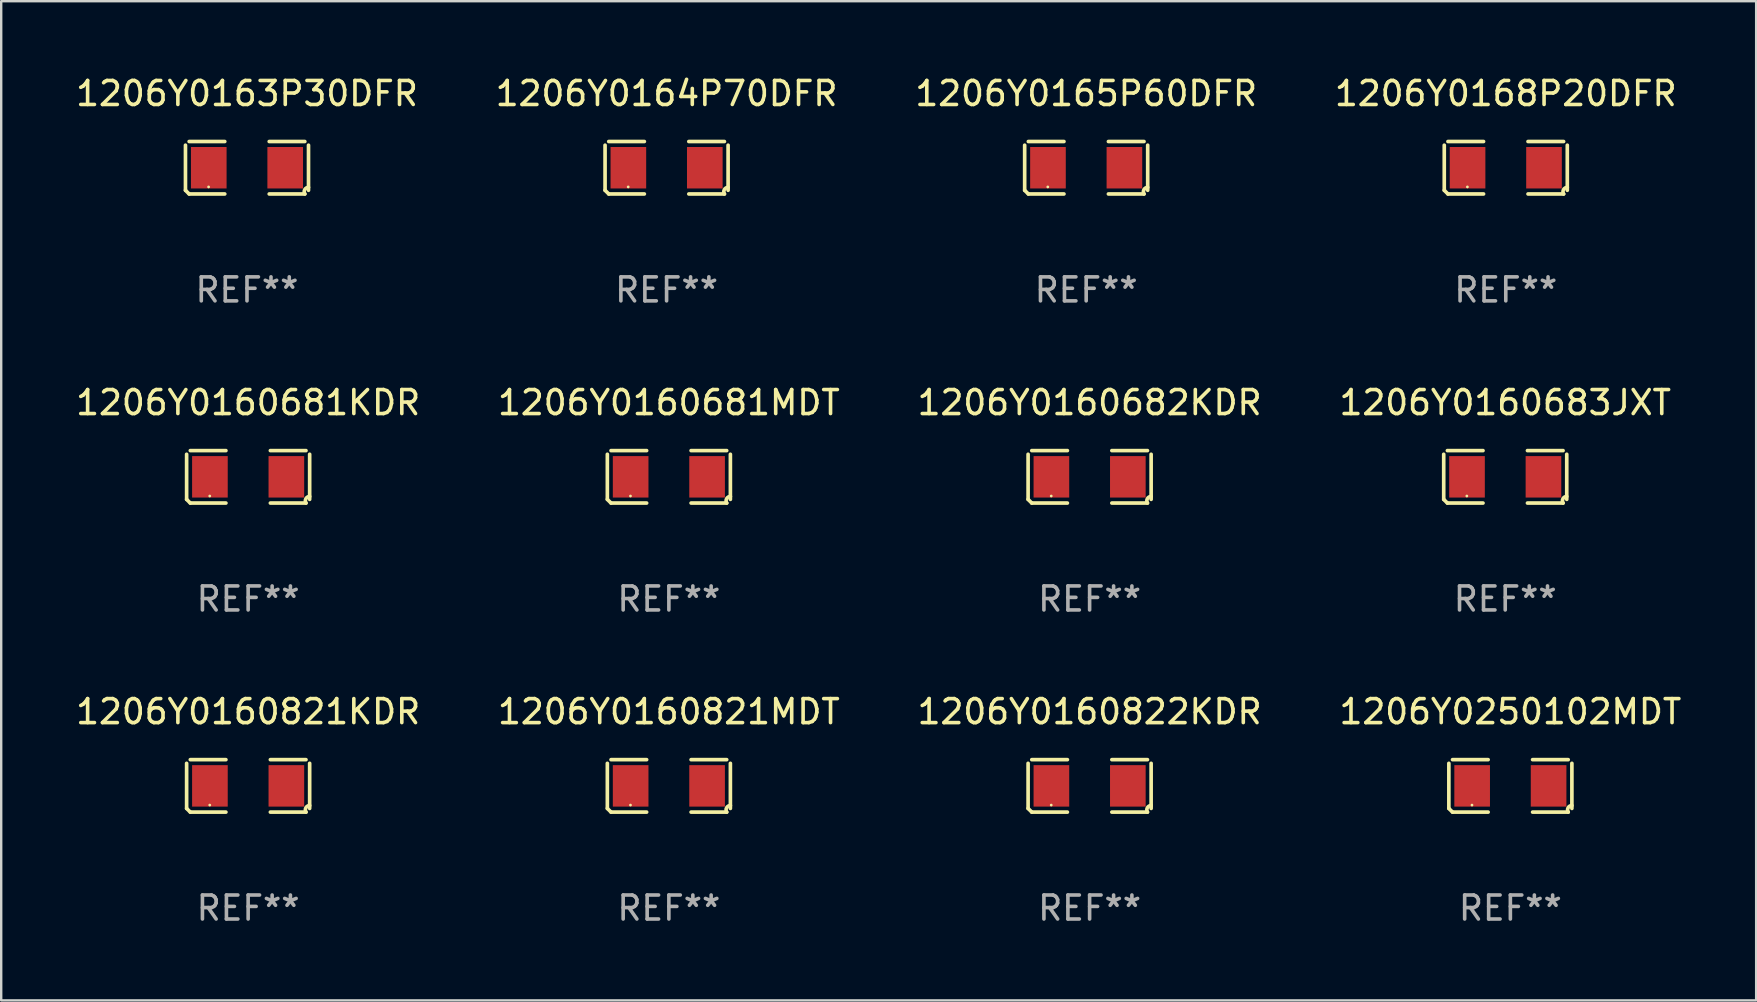
<source format=kicad_pcb>
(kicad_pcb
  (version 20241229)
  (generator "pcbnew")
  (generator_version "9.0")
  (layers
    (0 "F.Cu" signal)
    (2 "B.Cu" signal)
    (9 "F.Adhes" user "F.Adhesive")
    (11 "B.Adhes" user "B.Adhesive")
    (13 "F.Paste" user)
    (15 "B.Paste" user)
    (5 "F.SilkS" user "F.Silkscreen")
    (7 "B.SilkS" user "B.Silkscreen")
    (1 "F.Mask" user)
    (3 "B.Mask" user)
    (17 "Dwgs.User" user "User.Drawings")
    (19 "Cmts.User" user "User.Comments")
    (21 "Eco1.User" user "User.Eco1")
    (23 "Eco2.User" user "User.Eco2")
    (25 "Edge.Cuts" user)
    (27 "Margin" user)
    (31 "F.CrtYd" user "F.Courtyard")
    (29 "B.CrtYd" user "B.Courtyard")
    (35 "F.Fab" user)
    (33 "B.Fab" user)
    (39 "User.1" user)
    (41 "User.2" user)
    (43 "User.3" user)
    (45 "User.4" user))
  (footprint "1206Y0168P20DFR"
    (layer "F.Cu")
    (at 59.708 3.941)
    (property "Reference" "1206Y0168P20DFR" (at 0 -3.093 0) (layer "F.SilkS") (effects (font (size 1 1) (thickness 0.15))))
    (attr through_hole)
    (fp_line (start -2.564 0.94) (end -2.564 -0.94) (stroke (width 0.152) (type solid)) (layer "F.SilkS"))
    (fp_line (start -2.411 -1.093) (end -0.926 -1.093) (stroke (width 0.152) (type solid)) (layer "F.SilkS"))
    (fp_line (start -0.926 1.093) (end -2.411 1.093) (stroke (width 0.152) (type solid)) (layer "F.SilkS"))
    (fp_line (start 0.926 1.093) (end 2.411 1.093) (stroke (width 0.152) (type solid)) (layer "F.SilkS"))
    (fp_line (start 2.411 -1.093) (end 0.926 -1.093) (stroke (width 0.152) (type solid)) (layer "F.SilkS"))
    (fp_line (start 2.564 0.94) (end 2.564 -0.94) (stroke (width 0.152) (type solid)) (layer "F.SilkS"))
    (fp_arc (start -2.411201 1.092609) (mid -2.487413 1.01642) (end -2.563602 0.940208) (stroke (width 0.1524) (type solid)) (layer "F.SilkS"))
    (fp_arc (start 2.411201 1.092609) (mid 2.407159 0.911226) (end 2.563602 0.819347) (stroke (width 0.1524) (type solid)) (layer "F.SilkS"))
    (fp_circle (center -1.6 0.8) (end -1.57 0.8) (stroke (width 0.06) (type solid)) (fill no) (layer "F.SilkS"))
    (fp_text user "REF**" (at 0 5.093 0) (layer "F.Fab") (effects (font (size 1 1) (thickness 0.15))))
    (pad "1" smd rect (at -1.593 0) (size 1.485 1.728) (layers "F.Cu" "F.Mask" "F.Paste"))
    (pad "2" smd rect (at 1.593 0) (size 1.485 1.728) (layers "F.Cu" "F.Mask" "F.Paste")))
  (footprint "1206Y0250102MDT"
    (layer "F.Cu")
    (at 59.899 29.704)
    (property "Reference" "1206Y0250102MDT" (at 0 -3.093 0) (layer "F.SilkS") (effects (font (size 1 1) (thickness 0.15))))
    (attr through_hole)
    (fp_line (start -2.564 0.94) (end -2.564 -0.94) (stroke (width 0.152) (type solid)) (layer "F.SilkS"))
    (fp_line (start -2.411 -1.093) (end -0.926 -1.093) (stroke (width 0.152) (type solid)) (layer "F.SilkS"))
    (fp_line (start -0.926 1.093) (end -2.411 1.093) (stroke (width 0.152) (type solid)) (layer "F.SilkS"))
    (fp_line (start 0.926 1.093) (end 2.411 1.093) (stroke (width 0.152) (type solid)) (layer "F.SilkS"))
    (fp_line (start 2.411 -1.093) (end 0.926 -1.093) (stroke (width 0.152) (type solid)) (layer "F.SilkS"))
    (fp_line (start 2.564 0.94) (end 2.564 -0.94) (stroke (width 0.152) (type solid)) (layer "F.SilkS"))
    (fp_arc (start -2.411201 1.092609) (mid -2.487413 1.01642) (end -2.563602 0.940208) (stroke (width 0.1524) (type solid)) (layer "F.SilkS"))
    (fp_arc (start 2.411201 1.092609) (mid 2.407159 0.911226) (end 2.563602 0.819347) (stroke (width 0.1524) (type solid)) (layer "F.SilkS"))
    (fp_circle (center -1.6 0.8) (end -1.57 0.8) (stroke (width 0.06) (type solid)) (fill no) (layer "F.SilkS"))
    (fp_text user "REF**" (at 0 5.093 0) (layer "F.Fab") (effects (font (size 1 1) (thickness 0.15))))
    (pad "1" smd rect (at -1.593 0) (size 1.485 1.728) (layers "F.Cu" "F.Mask" "F.Paste"))
    (pad "2" smd rect (at 1.593 0) (size 1.485 1.728) (layers "F.Cu" "F.Mask" "F.Paste")))
  (footprint "1206Y0160821KDR"
    (layer "F.Cu")
    (at 7.292 29.704)
    (property "Reference" "1206Y0160821KDR" (at 0 -3.093 0) (layer "F.SilkS") (effects (font (size 1 1) (thickness 0.15))))
    (attr through_hole)
    (fp_line (start -2.564 0.94) (end -2.564 -0.94) (stroke (width 0.152) (type solid)) (layer "F.SilkS"))
    (fp_line (start -2.411 -1.093) (end -0.926 -1.093) (stroke (width 0.152) (type solid)) (layer "F.SilkS"))
    (fp_line (start -0.926 1.093) (end -2.411 1.093) (stroke (width 0.152) (type solid)) (layer "F.SilkS"))
    (fp_line (start 0.926 1.093) (end 2.411 1.093) (stroke (width 0.152) (type solid)) (layer "F.SilkS"))
    (fp_line (start 2.411 -1.093) (end 0.926 -1.093) (stroke (width 0.152) (type solid)) (layer "F.SilkS"))
    (fp_line (start 2.564 0.94) (end 2.564 -0.94) (stroke (width 0.152) (type solid)) (layer "F.SilkS"))
    (fp_arc (start -2.411201 1.092609) (mid -2.487413 1.01642) (end -2.563602 0.940208) (stroke (width 0.1524) (type solid)) (layer "F.SilkS"))
    (fp_arc (start 2.411201 1.092609) (mid 2.407159 0.911226) (end 2.563602 0.819347) (stroke (width 0.1524) (type solid)) (layer "F.SilkS"))
    (fp_circle (center -1.6 0.8) (end -1.57 0.8) (stroke (width 0.06) (type solid)) (fill no) (layer "F.SilkS"))
    (fp_text user "REF**" (at 0 5.093 0) (layer "F.Fab") (effects (font (size 1 1) (thickness 0.15))))
    (pad "1" smd rect (at -1.593 0) (size 1.485 1.728) (layers "F.Cu" "F.Mask" "F.Paste"))
    (pad "2" smd rect (at 1.593 0) (size 1.485 1.728) (layers "F.Cu" "F.Mask" "F.Paste")))
  (footprint "1206Y0160822KDR"
    (layer "F.Cu")
    (at 42.363 29.704)
    (property "Reference" "1206Y0160822KDR" (at 0 -3.093 0) (layer "F.SilkS") (effects (font (size 1 1) (thickness 0.15))))
    (attr through_hole)
    (fp_line (start -2.564 0.94) (end -2.564 -0.94) (stroke (width 0.152) (type solid)) (layer "F.SilkS"))
    (fp_line (start -2.411 -1.093) (end -0.926 -1.093) (stroke (width 0.152) (type solid)) (layer "F.SilkS"))
    (fp_line (start -0.926 1.093) (end -2.411 1.093) (stroke (width 0.152) (type solid)) (layer "F.SilkS"))
    (fp_line (start 0.926 1.093) (end 2.411 1.093) (stroke (width 0.152) (type solid)) (layer "F.SilkS"))
    (fp_line (start 2.411 -1.093) (end 0.926 -1.093) (stroke (width 0.152) (type solid)) (layer "F.SilkS"))
    (fp_line (start 2.564 0.94) (end 2.564 -0.94) (stroke (width 0.152) (type solid)) (layer "F.SilkS"))
    (fp_arc (start -2.411201 1.092609) (mid -2.487413 1.01642) (end -2.563602 0.940208) (stroke (width 0.1524) (type solid)) (layer "F.SilkS"))
    (fp_arc (start 2.411201 1.092609) (mid 2.407159 0.911226) (end 2.563602 0.819347) (stroke (width 0.1524) (type solid)) (layer "F.SilkS"))
    (fp_circle (center -1.6 0.8) (end -1.57 0.8) (stroke (width 0.06) (type solid)) (fill no) (layer "F.SilkS"))
    (fp_text user "REF**" (at 0 5.093 0) (layer "F.Fab") (effects (font (size 1 1) (thickness 0.15))))
    (pad "1" smd rect (at -1.593 0) (size 1.485 1.728) (layers "F.Cu" "F.Mask" "F.Paste"))
    (pad "2" smd rect (at 1.593 0) (size 1.485 1.728) (layers "F.Cu" "F.Mask" "F.Paste")))
  (footprint "1206Y0165P60DFR"
    (layer "F.Cu")
    (at 42.22 3.941)
    (property "Reference" "1206Y0165P60DFR" (at 0 -3.093 0) (layer "F.SilkS") (effects (font (size 1 1) (thickness 0.15))))
    (attr through_hole)
    (fp_line (start -2.564 0.94) (end -2.564 -0.94) (stroke (width 0.152) (type solid)) (layer "F.SilkS"))
    (fp_line (start -2.411 -1.093) (end -0.926 -1.093) (stroke (width 0.152) (type solid)) (layer "F.SilkS"))
    (fp_line (start -0.926 1.093) (end -2.411 1.093) (stroke (width 0.152) (type solid)) (layer "F.SilkS"))
    (fp_line (start 0.926 1.093) (end 2.411 1.093) (stroke (width 0.152) (type solid)) (layer "F.SilkS"))
    (fp_line (start 2.411 -1.093) (end 0.926 -1.093) (stroke (width 0.152) (type solid)) (layer "F.SilkS"))
    (fp_line (start 2.564 0.94) (end 2.564 -0.94) (stroke (width 0.152) (type solid)) (layer "F.SilkS"))
    (fp_arc (start -2.411201 1.092609) (mid -2.487413 1.01642) (end -2.563602 0.940208) (stroke (width 0.1524) (type solid)) (layer "F.SilkS"))
    (fp_arc (start 2.411201 1.092609) (mid 2.407159 0.911226) (end 2.563602 0.819347) (stroke (width 0.1524) (type solid)) (layer "F.SilkS"))
    (fp_circle (center -1.6 0.8) (end -1.57 0.8) (stroke (width 0.06) (type solid)) (fill no) (layer "F.SilkS"))
    (fp_text user "REF**" (at 0 5.093 0) (layer "F.Fab") (effects (font (size 1 1) (thickness 0.15))))
    (pad "1" smd rect (at -1.593 0) (size 1.485 1.728) (layers "F.Cu" "F.Mask" "F.Paste"))
    (pad "2" smd rect (at 1.593 0) (size 1.485 1.728) (layers "F.Cu" "F.Mask" "F.Paste")))
  (footprint "1206Y0160681MDT"
    (layer "F.Cu")
    (at 24.827 16.823)
    (property "Reference" "1206Y0160681MDT" (at 0 -3.093 0) (layer "F.SilkS") (effects (font (size 1 1) (thickness 0.15))))
    (attr through_hole)
    (fp_line (start -2.564 0.94) (end -2.564 -0.94) (stroke (width 0.152) (type solid)) (layer "F.SilkS"))
    (fp_line (start -2.411 -1.093) (end -0.926 -1.093) (stroke (width 0.152) (type solid)) (layer "F.SilkS"))
    (fp_line (start -0.926 1.093) (end -2.411 1.093) (stroke (width 0.152) (type solid)) (layer "F.SilkS"))
    (fp_line (start 0.926 1.093) (end 2.411 1.093) (stroke (width 0.152) (type solid)) (layer "F.SilkS"))
    (fp_line (start 2.411 -1.093) (end 0.926 -1.093) (stroke (width 0.152) (type solid)) (layer "F.SilkS"))
    (fp_line (start 2.564 0.94) (end 2.564 -0.94) (stroke (width 0.152) (type solid)) (layer "F.SilkS"))
    (fp_arc (start -2.411201 1.092609) (mid -2.487413 1.01642) (end -2.563602 0.940208) (stroke (width 0.1524) (type solid)) (layer "F.SilkS"))
    (fp_arc (start 2.411201 1.092609) (mid 2.407159 0.911226) (end 2.563602 0.819347) (stroke (width 0.1524) (type solid)) (layer "F.SilkS"))
    (fp_circle (center -1.6 0.8) (end -1.57 0.8) (stroke (width 0.06) (type solid)) (fill no) (layer "F.SilkS"))
    (fp_text user "REF**" (at 0 5.093 0) (layer "F.Fab") (effects (font (size 1 1) (thickness 0.15))))
    (pad "1" smd rect (at -1.593 0) (size 1.485 1.728) (layers "F.Cu" "F.Mask" "F.Paste"))
    (pad "2" smd rect (at 1.593 0) (size 1.485 1.728) (layers "F.Cu" "F.Mask" "F.Paste")))
  (footprint "1206Y0163P30DFR"
    (layer "F.Cu")
    (at 7.244 3.941)
    (property "Reference" "1206Y0163P30DFR" (at 0 -3.093 0) (layer "F.SilkS") (effects (font (size 1 1) (thickness 0.15))))
    (attr through_hole)
    (fp_line (start -2.564 0.94) (end -2.564 -0.94) (stroke (width 0.152) (type solid)) (layer "F.SilkS"))
    (fp_line (start -2.411 -1.093) (end -0.926 -1.093) (stroke (width 0.152) (type solid)) (layer "F.SilkS"))
    (fp_line (start -0.926 1.093) (end -2.411 1.093) (stroke (width 0.152) (type solid)) (layer "F.SilkS"))
    (fp_line (start 0.926 1.093) (end 2.411 1.093) (stroke (width 0.152) (type solid)) (layer "F.SilkS"))
    (fp_line (start 2.411 -1.093) (end 0.926 -1.093) (stroke (width 0.152) (type solid)) (layer "F.SilkS"))
    (fp_line (start 2.564 0.94) (end 2.564 -0.94) (stroke (width 0.152) (type solid)) (layer "F.SilkS"))
    (fp_arc (start -2.411201 1.092609) (mid -2.487413 1.01642) (end -2.563602 0.940208) (stroke (width 0.1524) (type solid)) (layer "F.SilkS"))
    (fp_arc (start 2.411201 1.092609) (mid 2.407159 0.911226) (end 2.563602 0.819347) (stroke (width 0.1524) (type solid)) (layer "F.SilkS"))
    (fp_circle (center -1.6 0.8) (end -1.57 0.8) (stroke (width 0.06) (type solid)) (fill no) (layer "F.SilkS"))
    (fp_text user "REF**" (at 0 5.093 0) (layer "F.Fab") (effects (font (size 1 1) (thickness 0.15))))
    (pad "1" smd rect (at -1.593 0) (size 1.485 1.728) (layers "F.Cu" "F.Mask" "F.Paste"))
    (pad "2" smd rect (at 1.593 0) (size 1.485 1.728) (layers "F.Cu" "F.Mask" "F.Paste")))
  (footprint "1206Y0160681KDR"
    (layer "F.Cu")
    (at 7.292 16.823)
    (property "Reference" "1206Y0160681KDR" (at 0 -3.093 0) (layer "F.SilkS") (effects (font (size 1 1) (thickness 0.15))))
    (attr through_hole)
    (fp_line (start -2.564 0.94) (end -2.564 -0.94) (stroke (width 0.152) (type solid)) (layer "F.SilkS"))
    (fp_line (start -2.411 -1.093) (end -0.926 -1.093) (stroke (width 0.152) (type solid)) (layer "F.SilkS"))
    (fp_line (start -0.926 1.093) (end -2.411 1.093) (stroke (width 0.152) (type solid)) (layer "F.SilkS"))
    (fp_line (start 0.926 1.093) (end 2.411 1.093) (stroke (width 0.152) (type solid)) (layer "F.SilkS"))
    (fp_line (start 2.411 -1.093) (end 0.926 -1.093) (stroke (width 0.152) (type solid)) (layer "F.SilkS"))
    (fp_line (start 2.564 0.94) (end 2.564 -0.94) (stroke (width 0.152) (type solid)) (layer "F.SilkS"))
    (fp_arc (start -2.411201 1.092609) (mid -2.487413 1.01642) (end -2.563602 0.940208) (stroke (width 0.1524) (type solid)) (layer "F.SilkS"))
    (fp_arc (start 2.411201 1.092609) (mid 2.407159 0.911226) (end 2.563602 0.819347) (stroke (width 0.1524) (type solid)) (layer "F.SilkS"))
    (fp_circle (center -1.6 0.8) (end -1.57 0.8) (stroke (width 0.06) (type solid)) (fill no) (layer "F.SilkS"))
    (fp_text user "REF**" (at 0 5.093 0) (layer "F.Fab") (effects (font (size 1 1) (thickness 0.15))))
    (pad "1" smd rect (at -1.593 0) (size 1.485 1.728) (layers "F.Cu" "F.Mask" "F.Paste"))
    (pad "2" smd rect (at 1.593 0) (size 1.485 1.728) (layers "F.Cu" "F.Mask" "F.Paste")))
  (footprint "1206Y0160821MDT"
    (layer "F.Cu")
    (at 24.827 29.704)
    (property "Reference" "1206Y0160821MDT" (at 0 -3.093 0) (layer "F.SilkS") (effects (font (size 1 1) (thickness 0.15))))
    (attr through_hole)
    (fp_line (start -2.564 0.94) (end -2.564 -0.94) (stroke (width 0.152) (type solid)) (layer "F.SilkS"))
    (fp_line (start -2.411 -1.093) (end -0.926 -1.093) (stroke (width 0.152) (type solid)) (layer "F.SilkS"))
    (fp_line (start -0.926 1.093) (end -2.411 1.093) (stroke (width 0.152) (type solid)) (layer "F.SilkS"))
    (fp_line (start 0.926 1.093) (end 2.411 1.093) (stroke (width 0.152) (type solid)) (layer "F.SilkS"))
    (fp_line (start 2.411 -1.093) (end 0.926 -1.093) (stroke (width 0.152) (type solid)) (layer "F.SilkS"))
    (fp_line (start 2.564 0.94) (end 2.564 -0.94) (stroke (width 0.152) (type solid)) (layer "F.SilkS"))
    (fp_arc (start -2.411201 1.092609) (mid -2.487413 1.01642) (end -2.563602 0.940208) (stroke (width 0.1524) (type solid)) (layer "F.SilkS"))
    (fp_arc (start 2.411201 1.092609) (mid 2.407159 0.911226) (end 2.563602 0.819347) (stroke (width 0.1524) (type solid)) (layer "F.SilkS"))
    (fp_circle (center -1.6 0.8) (end -1.57 0.8) (stroke (width 0.06) (type solid)) (fill no) (layer "F.SilkS"))
    (fp_text user "REF**" (at 0 5.093 0) (layer "F.Fab") (effects (font (size 1 1) (thickness 0.15))))
    (pad "1" smd rect (at -1.593 0) (size 1.485 1.728) (layers "F.Cu" "F.Mask" "F.Paste"))
    (pad "2" smd rect (at 1.593 0) (size 1.485 1.728) (layers "F.Cu" "F.Mask" "F.Paste")))
  (footprint "1206Y0160683JXT"
    (layer "F.Cu")
    (at 59.685 16.823)
    (property "Reference" "1206Y0160683JXT" (at 0 -3.093 0) (layer "F.SilkS") (effects (font (size 1 1) (thickness 0.15))))
    (attr through_hole)
    (fp_line (start -2.564 0.94) (end -2.564 -0.94) (stroke (width 0.152) (type solid)) (layer "F.SilkS"))
    (fp_line (start -2.411 -1.093) (end -0.926 -1.093) (stroke (width 0.152) (type solid)) (layer "F.SilkS"))
    (fp_line (start -0.926 1.093) (end -2.411 1.093) (stroke (width 0.152) (type solid)) (layer "F.SilkS"))
    (fp_line (start 0.926 1.093) (end 2.411 1.093) (stroke (width 0.152) (type solid)) (layer "F.SilkS"))
    (fp_line (start 2.411 -1.093) (end 0.926 -1.093) (stroke (width 0.152) (type solid)) (layer "F.SilkS"))
    (fp_line (start 2.564 0.94) (end 2.564 -0.94) (stroke (width 0.152) (type solid)) (layer "F.SilkS"))
    (fp_arc (start -2.411201 1.092609) (mid -2.487413 1.01642) (end -2.563602 0.940208) (stroke (width 0.1524) (type solid)) (layer "F.SilkS"))
    (fp_arc (start 2.411201 1.092609) (mid 2.407159 0.911226) (end 2.563602 0.819347) (stroke (width 0.1524) (type solid)) (layer "F.SilkS"))
    (fp_circle (center -1.6 0.8) (end -1.57 0.8) (stroke (width 0.06) (type solid)) (fill no) (layer "F.SilkS"))
    (fp_text user "REF**" (at 0 5.093 0) (layer "F.Fab") (effects (font (size 1 1) (thickness 0.15))))
    (pad "1" smd rect (at -1.593 0) (size 1.485 1.728) (layers "F.Cu" "F.Mask" "F.Paste"))
    (pad "2" smd rect (at 1.593 0) (size 1.485 1.728) (layers "F.Cu" "F.Mask" "F.Paste")))
  (footprint "1206Y0164P70DFR"
    (layer "F.Cu")
    (at 24.732 3.941)
    (property "Reference" "1206Y0164P70DFR" (at 0 -3.093 0) (layer "F.SilkS") (effects (font (size 1 1) (thickness 0.15))))
    (attr through_hole)
    (fp_line (start -2.564 0.94) (end -2.564 -0.94) (stroke (width 0.152) (type solid)) (layer "F.SilkS"))
    (fp_line (start -2.411 -1.093) (end -0.926 -1.093) (stroke (width 0.152) (type solid)) (layer "F.SilkS"))
    (fp_line (start -0.926 1.093) (end -2.411 1.093) (stroke (width 0.152) (type solid)) (layer "F.SilkS"))
    (fp_line (start 0.926 1.093) (end 2.411 1.093) (stroke (width 0.152) (type solid)) (layer "F.SilkS"))
    (fp_line (start 2.411 -1.093) (end 0.926 -1.093) (stroke (width 0.152) (type solid)) (layer "F.SilkS"))
    (fp_line (start 2.564 0.94) (end 2.564 -0.94) (stroke (width 0.152) (type solid)) (layer "F.SilkS"))
    (fp_arc (start -2.411201 1.092609) (mid -2.487413 1.01642) (end -2.563602 0.940208) (stroke (width 0.1524) (type solid)) (layer "F.SilkS"))
    (fp_arc (start 2.411201 1.092609) (mid 2.407159 0.911226) (end 2.563602 0.819347) (stroke (width 0.1524) (type solid)) (layer "F.SilkS"))
    (fp_circle (center -1.6 0.8) (end -1.57 0.8) (stroke (width 0.06) (type solid)) (fill no) (layer "F.SilkS"))
    (fp_text user "REF**" (at 0 5.093 0) (layer "F.Fab") (effects (font (size 1 1) (thickness 0.15))))
    (pad "1" smd rect (at -1.593 0) (size 1.485 1.728) (layers "F.Cu" "F.Mask" "F.Paste"))
    (pad "2" smd rect (at 1.593 0) (size 1.485 1.728) (layers "F.Cu" "F.Mask" "F.Paste")))
  (footprint "1206Y0160682KDR"
    (layer "F.Cu")
    (at 42.363 16.823)
    (property "Reference" "1206Y0160682KDR" (at 0 -3.093 0) (layer "F.SilkS") (effects (font (size 1 1) (thickness 0.15))))
    (attr through_hole)
    (fp_line (start -2.564 0.94) (end -2.564 -0.94) (stroke (width 0.152) (type solid)) (layer "F.SilkS"))
    (fp_line (start -2.411 -1.093) (end -0.926 -1.093) (stroke (width 0.152) (type solid)) (layer "F.SilkS"))
    (fp_line (start -0.926 1.093) (end -2.411 1.093) (stroke (width 0.152) (type solid)) (layer "F.SilkS"))
    (fp_line (start 0.926 1.093) (end 2.411 1.093) (stroke (width 0.152) (type solid)) (layer "F.SilkS"))
    (fp_line (start 2.411 -1.093) (end 0.926 -1.093) (stroke (width 0.152) (type solid)) (layer "F.SilkS"))
    (fp_line (start 2.564 0.94) (end 2.564 -0.94) (stroke (width 0.152) (type solid)) (layer "F.SilkS"))
    (fp_arc (start -2.411201 1.092609) (mid -2.487413 1.01642) (end -2.563602 0.940208) (stroke (width 0.1524) (type solid)) (layer "F.SilkS"))
    (fp_arc (start 2.411201 1.092609) (mid 2.407159 0.911226) (end 2.563602 0.819347) (stroke (width 0.1524) (type solid)) (layer "F.SilkS"))
    (fp_circle (center -1.6 0.8) (end -1.57 0.8) (stroke (width 0.06) (type solid)) (fill no) (layer "F.SilkS"))
    (fp_text user "REF**" (at 0 5.093 0) (layer "F.Fab") (effects (font (size 1 1) (thickness 0.15))))
    (pad "1" smd rect (at -1.593 0) (size 1.485 1.728) (layers "F.Cu" "F.Mask" "F.Paste"))
    (pad "2" smd rect (at 1.593 0) (size 1.485 1.728) (layers "F.Cu" "F.Mask" "F.Paste")))
  (gr_rect
    (start -3 -3)
    (end 70.143 38.645)
    (stroke (width 0.1) (type default))
    (fill no)
    (layer "Edge.Cuts")))
</source>
